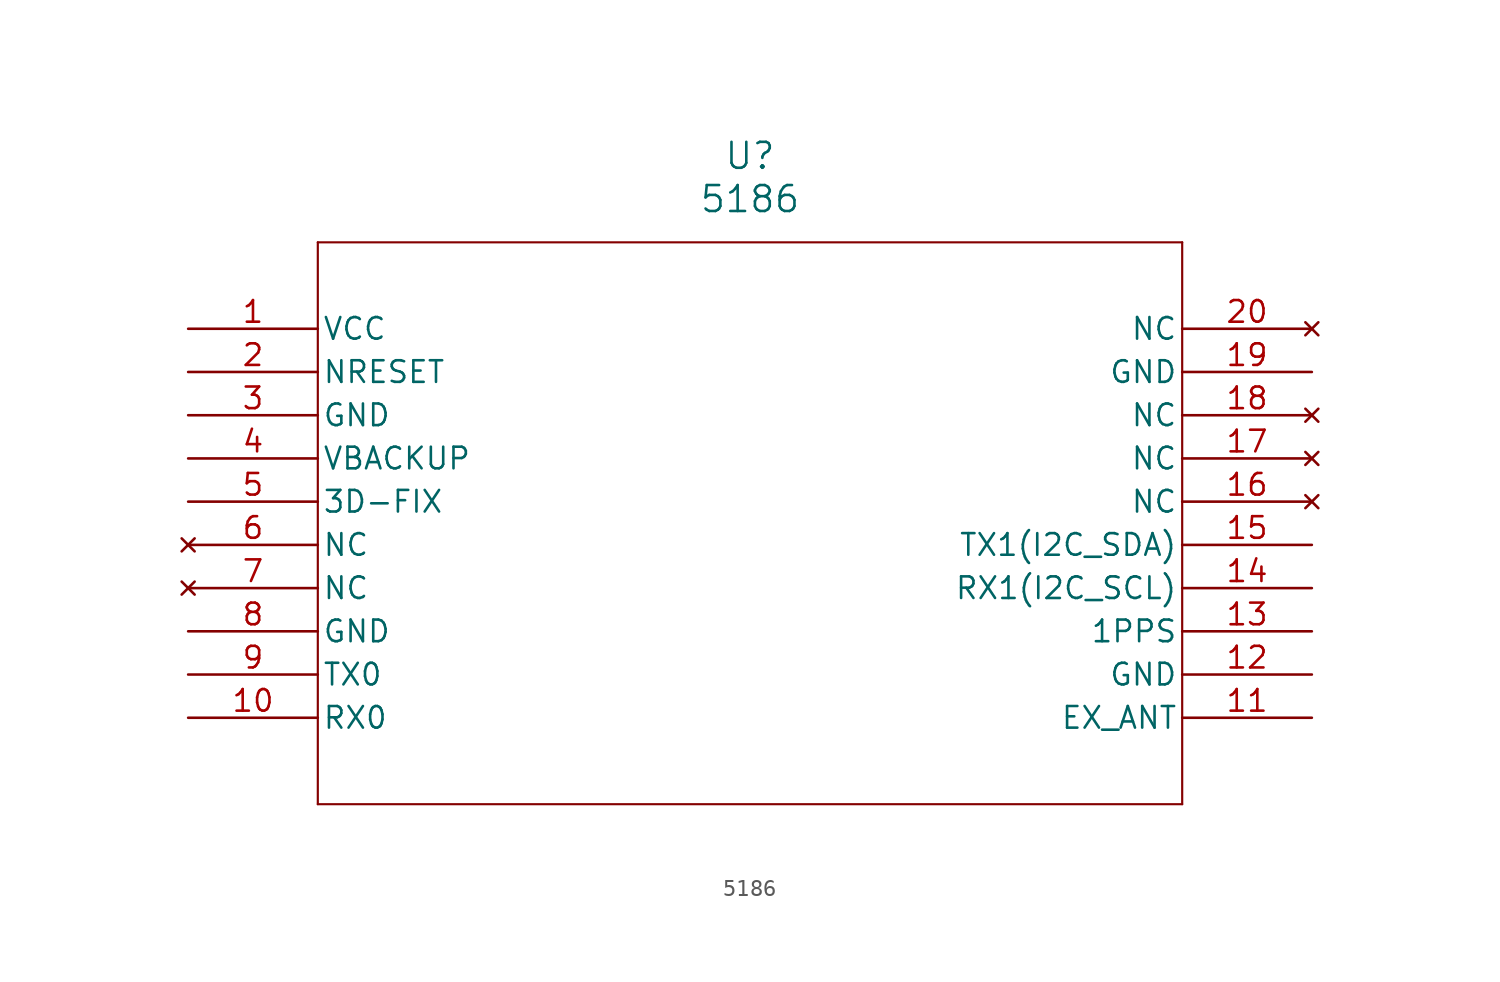
<source format=kicad_sym>
(kicad_symbol_lib
  (version 20211014)
  (generator kicad_symbol_editor)
  (symbol "5186"
    (pin_names
      (offset 0.254))
    (property "Reference" "U"
      (at 33.02 10.16 0)
      (effects (font (size 1.524 1.524))))
    (property "Value" "5186"
      (at 33.02 7.62 0)
      (effects (font (size 1.524 1.524))))
    (symbol "5186_0_1"
      (polyline (pts (xy 7.62 5.08) (xy 7.62 -27.94)) (stroke (width 0.127) (type default) (color 0 0 0 0)) (fill (type none)))
      (polyline (pts (xy 7.62 -27.94) (xy 58.42 -27.94)) (stroke (width 0.127) (type default) (color 0 0 0 0)) (fill (type none)))
      (polyline (pts (xy 58.42 -27.94) (xy 58.42 5.08)) (stroke (width 0.127) (type default) (color 0 0 0 0)) (fill (type none)))
      (polyline (pts (xy 58.42 5.08) (xy 7.62 5.08)) (stroke (width 0.127) (type default) (color 0 0 0 0)) (fill (type none)))
      (pin passive line (at 0 0 0) (length 7.62) (name "VCC" (effects (font (size 1.27 1.27)))) (number "1" (effects (font (size 1.27 1.27)))))
      (pin input line (at 0 -2.54 0) (length 7.62) (name "NRESET" (effects (font (size 1.27 1.27)))) (number "2" (effects (font (size 1.27 1.27)))))
      (pin passive line (at 0 -5.08 0) (length 7.62) (name "GND" (effects (font (size 1.27 1.27)))) (number "3" (effects (font (size 1.27 1.27)))))
      (pin passive line (at 0 -7.62 0) (length 7.62) (name "VBACKUP" (effects (font (size 1.27 1.27)))) (number "4" (effects (font (size 1.27 1.27)))))
      (pin output line (at 0 -10.16 0) (length 7.62) (name "3D-FIX" (effects (font (size 1.27 1.27)))) (number "5" (effects (font (size 1.27 1.27)))))
      (pin no_connect line (at 0 -12.7 0) (length 7.62) (name "NC" (effects (font (size 1.27 1.27)))) (number "6" (effects (font (size 1.27 1.27)))))
      (pin no_connect line (at 0 -15.24 0) (length 7.62) (name "NC" (effects (font (size 1.27 1.27)))) (number "7" (effects (font (size 1.27 1.27)))))
      (pin passive line (at 0 -17.78 0) (length 7.62) (name "GND" (effects (font (size 1.27 1.27)))) (number "8" (effects (font (size 1.27 1.27)))))
      (pin output line (at 0 -20.32 0) (length 7.62) (name "TX0" (effects (font (size 1.27 1.27)))) (number "9" (effects (font (size 1.27 1.27)))))
      (pin input line (at 0 -22.86 0) (length 7.62) (name "RX0" (effects (font (size 1.27 1.27)))) (number "10" (effects (font (size 1.27 1.27)))))
      (pin input line (at 66.04 -22.86 180) (length 7.62) (name "EX_ANT" (effects (font (size 1.27 1.27)))) (number "11" (effects (font (size 1.27 1.27)))))
      (pin passive line (at 66.04 -20.32 180) (length 7.62) (name "GND" (effects (font (size 1.27 1.27)))) (number "12" (effects (font (size 1.27 1.27)))))
      (pin output line (at 66.04 -17.78 180) (length 7.62) (name "1PPS" (effects (font (size 1.27 1.27)))) (number "13" (effects (font (size 1.27 1.27)))))
      (pin input line (at 66.04 -15.24 180) (length 7.62) (name "RX1(I2C_SCL)" (effects (font (size 1.27 1.27)))) (number "14" (effects (font (size 1.27 1.27)))))
      (pin output line (at 66.04 -12.7 180) (length 7.62) (name "TX1(I2C_SDA)" (effects (font (size 1.27 1.27)))) (number "15" (effects (font (size 1.27 1.27)))))
      (pin no_connect line (at 66.04 -10.16 180) (length 7.62) (name "NC" (effects (font (size 1.27 1.27)))) (number "16" (effects (font (size 1.27 1.27)))))
      (pin no_connect line (at 66.04 -7.62 180) (length 7.62) (name "NC" (effects (font (size 1.27 1.27)))) (number "17" (effects (font (size 1.27 1.27)))))
      (pin no_connect line (at 66.04 -5.08 180) (length 7.62) (name "NC" (effects (font (size 1.27 1.27)))) (number "18" (effects (font (size 1.27 1.27)))))
      (pin passive line (at 66.04 -2.54 180) (length 7.62) (name "GND" (effects (font (size 1.27 1.27)))) (number "19" (effects (font (size 1.27 1.27)))))
      (pin no_connect line (at 66.04 0 180) (length 7.62) (name "NC" (effects (font (size 1.27 1.27)))) (number "20" (effects (font (size 1.27 1.27))))))))
</source>
